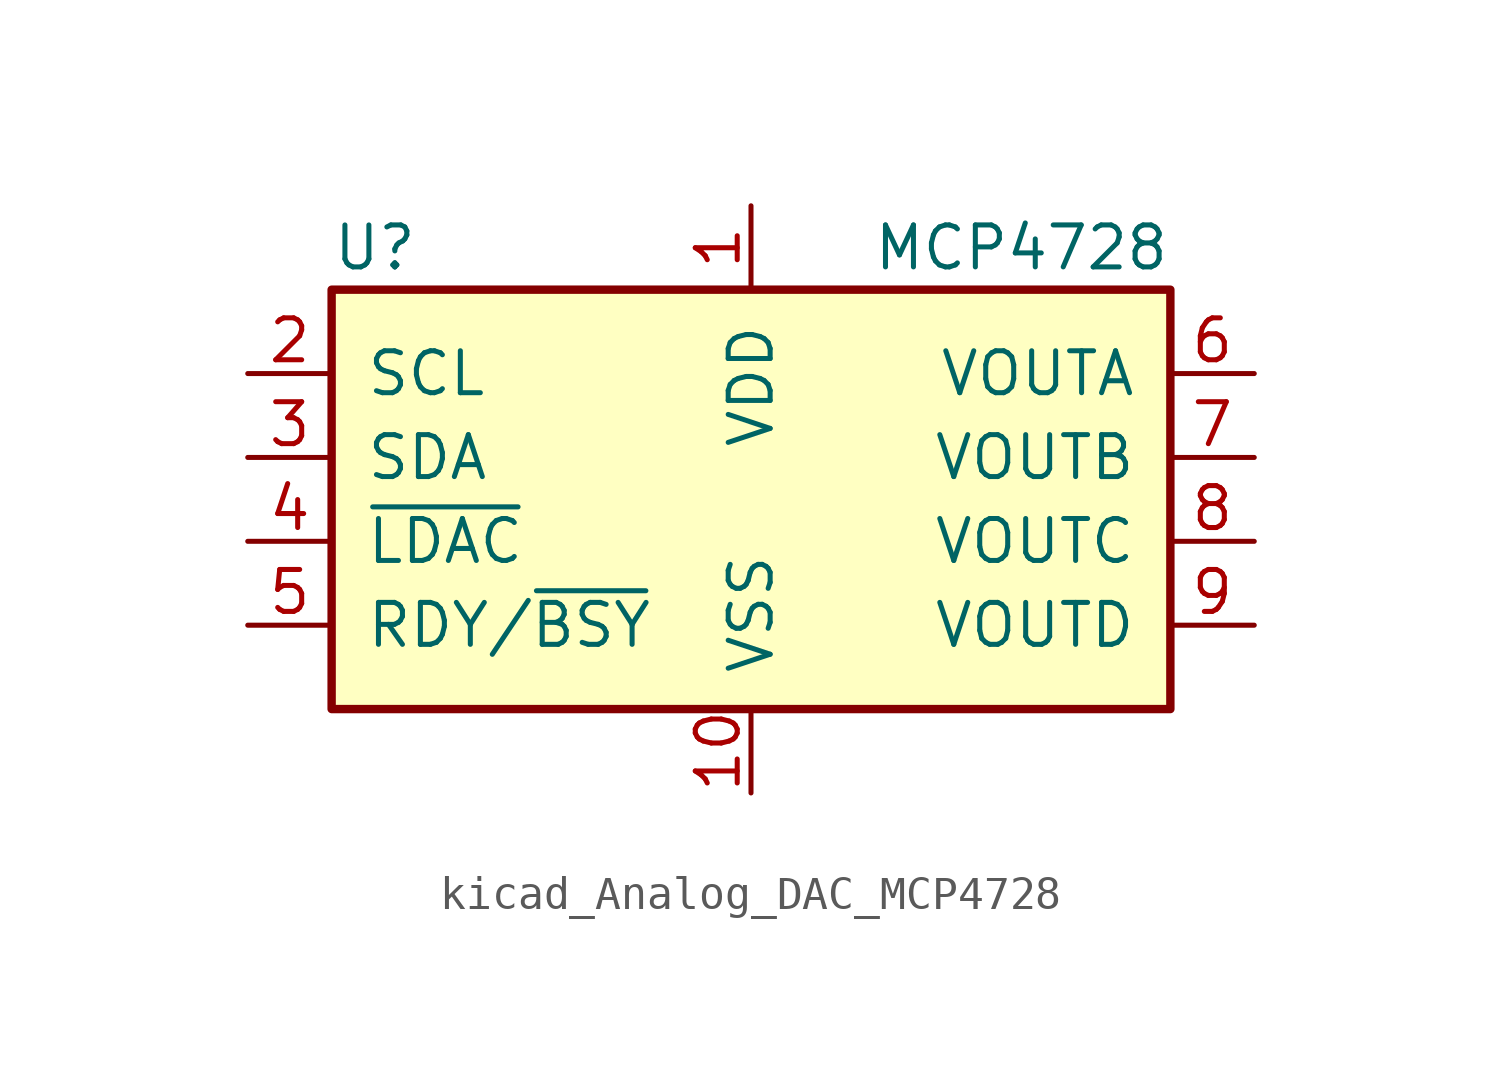
<source format=kicad_sym>
(kicad_symbol_lib
  (version 20220914)
  (generator kicad_symbol_editor)
  (symbol "kicad_Analog_DAC_MCP4728"
    (pin_names
      (offset 1.016))
    (property "Reference" "U"
      (at -12.7 6.35 0)
      (effects (font (size 1.27 1.27)) (justify left)))
    (property "Value" "MCP4728"
      (at 12.7 6.35 0)
      (effects (font (size 1.27 1.27)) (justify right)))
    (symbol "kicad_Analog_DAC_MCP4728_0_1"
      (rectangle (start -12.7 5.08) (end 12.7 -7.62) (stroke (width 0.254) (type default)) (fill (type background))))
    (symbol "kicad_Analog_DAC_MCP4728_1_1"
      (pin power_in line (at 0 7.62 270) (length 2.54) (name "VDD" (effects (font (size 1.27 1.27)))) (number "1" (effects (font (size 1.27 1.27)))))
      (pin power_in line (at 0 -10.16 90) (length 2.54) (name "VSS" (effects (font (size 1.27 1.27)))) (number "10" (effects (font (size 1.27 1.27)))))
      (pin input line (at -15.24 2.54 0) (length 2.54) (name "SCL" (effects (font (size 1.27 1.27)))) (number "2" (effects (font (size 1.27 1.27)))))
      (pin bidirectional line (at -15.24 0 0) (length 2.54) (name "SDA" (effects (font (size 1.27 1.27)))) (number "3" (effects (font (size 1.27 1.27)))))
      (pin input line (at -15.24 -2.54 0) (length 2.54) (name "~{LDAC}" (effects (font (size 1.27 1.27)))) (number "4" (effects (font (size 1.27 1.27)))))
      (pin output line (at -15.24 -5.08 0) (length 2.54) (name "RDY/~{BSY}" (effects (font (size 1.27 1.27)))) (number "5" (effects (font (size 1.27 1.27)))))
      (pin output line (at 15.24 2.54 180) (length 2.54) (name "VOUTA" (effects (font (size 1.27 1.27)))) (number "6" (effects (font (size 1.27 1.27)))))
      (pin output line (at 15.24 0 180) (length 2.54) (name "VOUTB" (effects (font (size 1.27 1.27)))) (number "7" (effects (font (size 1.27 1.27)))))
      (pin output line (at 15.24 -2.54 180) (length 2.54) (name "VOUTC" (effects (font (size 1.27 1.27)))) (number "8" (effects (font (size 1.27 1.27)))))
      (pin output line (at 15.24 -5.08 180) (length 2.54) (name "VOUTD" (effects (font (size 1.27 1.27)))) (number "9" (effects (font (size 1.27 1.27))))))))
</source>
